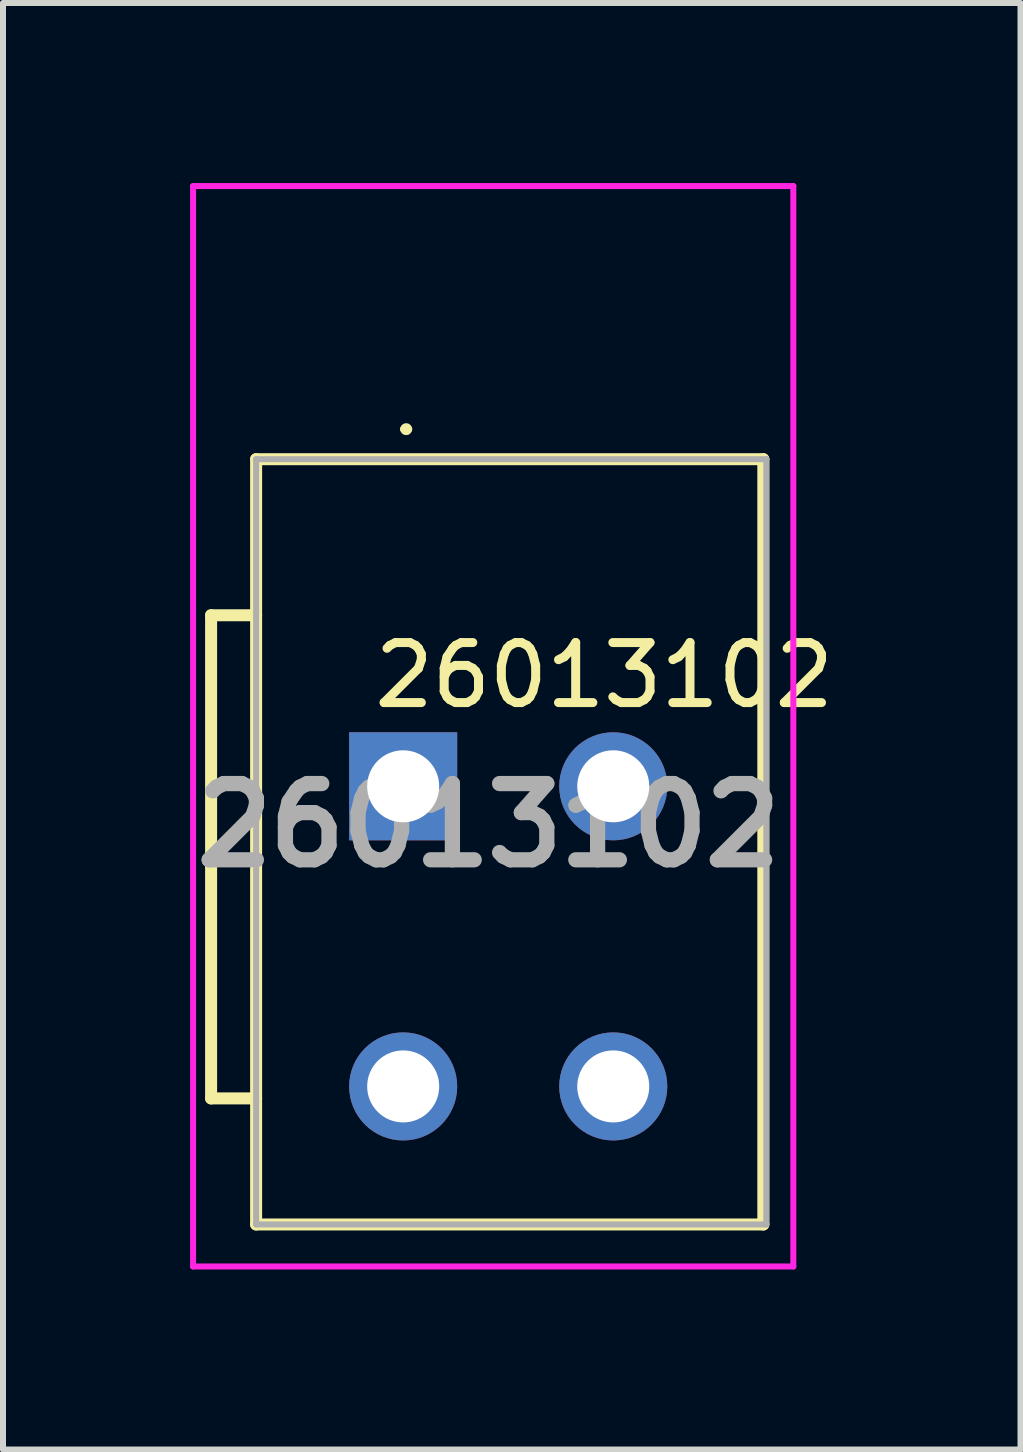
<source format=kicad_pcb>
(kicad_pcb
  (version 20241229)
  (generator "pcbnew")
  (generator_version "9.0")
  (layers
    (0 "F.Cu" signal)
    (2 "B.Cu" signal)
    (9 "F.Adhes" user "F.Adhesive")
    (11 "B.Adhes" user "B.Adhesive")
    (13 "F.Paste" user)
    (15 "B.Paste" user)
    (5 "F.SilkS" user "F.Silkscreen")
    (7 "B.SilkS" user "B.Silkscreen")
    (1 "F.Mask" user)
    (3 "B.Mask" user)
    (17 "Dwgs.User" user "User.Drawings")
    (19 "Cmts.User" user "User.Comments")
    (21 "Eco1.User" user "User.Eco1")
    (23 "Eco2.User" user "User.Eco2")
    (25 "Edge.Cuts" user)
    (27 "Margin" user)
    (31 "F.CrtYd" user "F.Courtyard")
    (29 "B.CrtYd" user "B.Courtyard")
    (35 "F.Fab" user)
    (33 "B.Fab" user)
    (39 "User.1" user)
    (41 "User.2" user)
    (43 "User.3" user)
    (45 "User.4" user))
  (footprint "26013102"
    (layer "F.Cu")
    (at 5.092 10.7)
    (property "Reference" "26013102" (at 1.925 -2.5 0) (layer "F.SilkS") (effects (font (size 1 1) (thickness 0.15))))
    (attr through_hole)
    (fp_line (start -4.625 -3.5) (end -4.625 4.55) (stroke (width 0.2) (type solid)) (layer "F.SilkS"))
    (fp_line (start -4.625 4.55) (end -3.875 4.55) (stroke (width 0.2) (type solid)) (layer "F.SilkS"))
    (fp_line (start -3.875 -6.1) (end 4.575 -6.1) (stroke (width 0.2) (type solid)) (layer "F.SilkS"))
    (fp_line (start -3.875 -3.5) (end -4.625 -3.5) (stroke (width 0.2) (type solid)) (layer "F.SilkS"))
    (fp_line (start -3.875 6.65) (end -3.875 -6.1) (stroke (width 0.2) (type solid)) (layer "F.SilkS"))
    (fp_line (start -1.425 -6.6) (end -1.425 -6.6) (stroke (width 0.1) (type solid)) (layer "F.SilkS"))
    (fp_line (start -1.325 -6.6) (end -1.325 -6.6) (stroke (width 0.1) (type solid)) (layer "F.SilkS"))
    (fp_line (start 4.575 -6.1) (end 4.575 6.65) (stroke (width 0.2) (type solid)) (layer "F.SilkS"))
    (fp_line (start 4.575 6.65) (end -3.875 6.65) (stroke (width 0.2) (type solid)) (layer "F.SilkS"))
    (fp_arc (start -1.425 -6.6) (mid -1.375 -6.65) (end -1.325 -6.6) (stroke (width 0.1) (type solid)) (layer "F.SilkS"))
    (fp_arc (start -1.325 -6.6) (mid -1.375 -6.55) (end -1.425 -6.6) (stroke (width 0.1) (type solid)) (layer "F.SilkS"))
    (fp_line (start -4.925 -10.65) (end 5.075 -10.65) (stroke (width 0.1) (type solid)) (layer "F.CrtYd"))
    (fp_line (start -4.925 7.35) (end -4.925 -10.65) (stroke (width 0.1) (type solid)) (layer "F.CrtYd"))
    (fp_line (start 5.075 -10.65) (end 5.075 7.35) (stroke (width 0.1) (type solid)) (layer "F.CrtYd"))
    (fp_line (start 5.075 7.35) (end -4.925 7.35) (stroke (width 0.1) (type solid)) (layer "F.CrtYd"))
    (fp_line (start -3.875 -6.1) (end 4.625 -6.1) (stroke (width 0.1) (type solid)) (layer "F.Fab"))
    (fp_line (start -3.875 6.65) (end -3.875 -6.1) (stroke (width 0.1) (type solid)) (layer "F.Fab"))
    (fp_line (start 4.625 -6.1) (end 4.625 6.65) (stroke (width 0.1) (type solid)) (layer "F.Fab"))
    (fp_line (start 4.625 6.65) (end -3.875 6.65) (stroke (width 0.1) (type solid)) (layer "F.Fab"))
    (fp_text user "${REFERENCE}" (at 0 0 0) (layer "F.Fab") (effects (font (size 1.27 1.27) (thickness 0.254))))
    (pad "1" thru_hole rect (at -1.425 -0.65) (size 1.8 1.8) (drill 1.2) (layers "*.Cu" "*.Mask"))
    (pad "2" thru_hole circle (at -1.425 4.35) (size 1.8 1.8) (drill 1.2) (layers "*.Cu" "*.Mask"))
    (pad "3" thru_hole circle (at 2.075 -0.65) (size 1.8 1.8) (drill 1.2) (layers "*.Cu" "*.Mask"))
    (pad "4" thru_hole circle (at 2.075 4.35) (size 1.8 1.8) (drill 1.2) (layers "*.Cu" "*.Mask")))
  (gr_rect
    (start -3 -3)
    (end 13.952 21.1)
    (stroke (width 0.1) (type default))
    (fill no)
    (layer "Edge.Cuts")))
</source>
